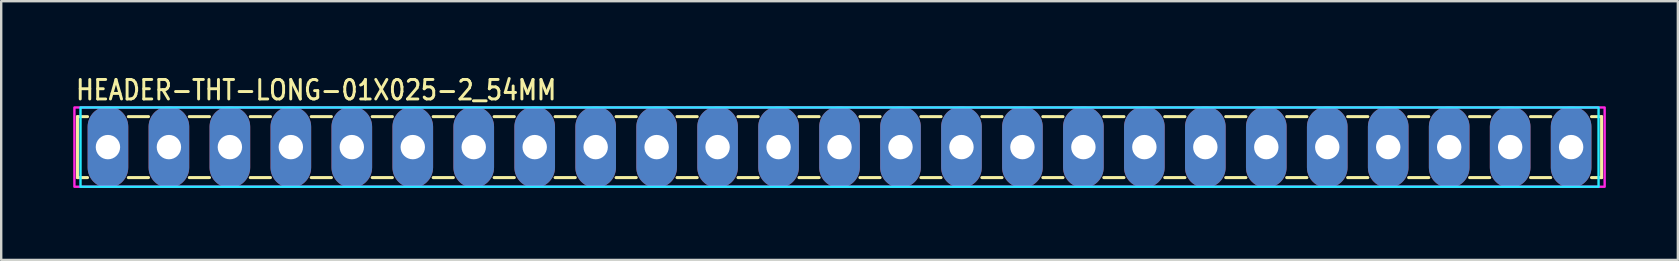
<source format=kicad_pcb>
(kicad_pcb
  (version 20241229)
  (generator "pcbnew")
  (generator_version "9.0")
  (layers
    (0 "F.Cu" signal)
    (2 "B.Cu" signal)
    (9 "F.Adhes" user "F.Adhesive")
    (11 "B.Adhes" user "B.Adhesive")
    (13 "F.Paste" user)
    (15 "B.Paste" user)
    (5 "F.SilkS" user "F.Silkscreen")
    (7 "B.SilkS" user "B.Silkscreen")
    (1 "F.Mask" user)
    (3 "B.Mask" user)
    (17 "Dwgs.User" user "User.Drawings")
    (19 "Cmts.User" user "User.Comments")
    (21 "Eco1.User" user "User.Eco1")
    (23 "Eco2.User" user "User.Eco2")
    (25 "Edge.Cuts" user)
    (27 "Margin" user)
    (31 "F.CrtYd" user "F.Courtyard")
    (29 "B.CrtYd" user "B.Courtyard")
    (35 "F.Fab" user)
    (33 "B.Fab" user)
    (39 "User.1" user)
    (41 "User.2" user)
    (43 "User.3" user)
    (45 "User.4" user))
  (footprint "HEADER-THT-LONG-01X025-2_54MM"
    (layer "F.Cu")
    (at 1.447 3.079)
    (property "Reference" "HEADER-THT-LONG-01X025-2_54MM" (at -1.4 -1.9 0) (unlocked yes) (layer "F.SilkS") (effects (font (size 0.813 0.695) (thickness 0.122)) (justify left bottom)))
    (fp_line (start -1.27 -1.27) (end -1.27 1.27) (stroke (width 0.127) (type solid)) (layer "F.SilkS"))
    (fp_line (start -1.27 1.27) (end -0.85 1.27) (stroke (width 0.127) (type solid)) (layer "F.SilkS"))
    (fp_line (start -0.85 -1.27) (end -1.27 -1.27) (stroke (width 0.127) (type solid)) (layer "F.SilkS"))
    (fp_line (start 0.85 -1.27) (end 1.69 -1.27) (stroke (width 0.127) (type solid)) (layer "F.SilkS"))
    (fp_line (start 0.85 1.27) (end 1.69 1.27) (stroke (width 0.127) (type solid)) (layer "F.SilkS"))
    (fp_line (start 3.39 -1.27) (end 4.23 -1.27) (stroke (width 0.127) (type solid)) (layer "F.SilkS"))
    (fp_line (start 3.39 1.27) (end 4.23 1.27) (stroke (width 0.127) (type solid)) (layer "F.SilkS"))
    (fp_line (start 5.93 -1.27) (end 6.77 -1.27) (stroke (width 0.127) (type solid)) (layer "F.SilkS"))
    (fp_line (start 5.93 1.27) (end 6.77 1.27) (stroke (width 0.127) (type solid)) (layer "F.SilkS"))
    (fp_line (start 8.47 -1.27) (end 9.31 -1.27) (stroke (width 0.127) (type solid)) (layer "F.SilkS"))
    (fp_line (start 8.47 1.27) (end 9.31 1.27) (stroke (width 0.127) (type solid)) (layer "F.SilkS"))
    (fp_line (start 11.01 -1.27) (end 11.85 -1.27) (stroke (width 0.127) (type solid)) (layer "F.SilkS"))
    (fp_line (start 11.01 1.27) (end 11.85 1.27) (stroke (width 0.127) (type solid)) (layer "F.SilkS"))
    (fp_line (start 13.55 -1.27) (end 14.39 -1.27) (stroke (width 0.127) (type solid)) (layer "F.SilkS"))
    (fp_line (start 13.55 1.27) (end 14.39 1.27) (stroke (width 0.127) (type solid)) (layer "F.SilkS"))
    (fp_line (start 16.09 -1.27) (end 16.93 -1.27) (stroke (width 0.127) (type solid)) (layer "F.SilkS"))
    (fp_line (start 16.09 1.27) (end 16.93 1.27) (stroke (width 0.127) (type solid)) (layer "F.SilkS"))
    (fp_line (start 18.63 -1.27) (end 19.47 -1.27) (stroke (width 0.127) (type solid)) (layer "F.SilkS"))
    (fp_line (start 18.63 1.27) (end 19.47 1.27) (stroke (width 0.127) (type solid)) (layer "F.SilkS"))
    (fp_line (start 21.17 -1.27) (end 22.01 -1.27) (stroke (width 0.127) (type solid)) (layer "F.SilkS"))
    (fp_line (start 21.17 1.27) (end 22.01 1.27) (stroke (width 0.127) (type solid)) (layer "F.SilkS"))
    (fp_line (start 23.71 -1.27) (end 24.55 -1.27) (stroke (width 0.127) (type solid)) (layer "F.SilkS"))
    (fp_line (start 23.71 1.27) (end 24.55 1.27) (stroke (width 0.127) (type solid)) (layer "F.SilkS"))
    (fp_line (start 26.25 -1.27) (end 27.09 -1.27) (stroke (width 0.127) (type solid)) (layer "F.SilkS"))
    (fp_line (start 26.25 1.27) (end 27.09 1.27) (stroke (width 0.127) (type solid)) (layer "F.SilkS"))
    (fp_line (start 28.79 -1.27) (end 29.63 -1.27) (stroke (width 0.127) (type solid)) (layer "F.SilkS"))
    (fp_line (start 28.79 1.27) (end 29.63 1.27) (stroke (width 0.127) (type solid)) (layer "F.SilkS"))
    (fp_line (start 31.33 -1.27) (end 32.17 -1.27) (stroke (width 0.127) (type solid)) (layer "F.SilkS"))
    (fp_line (start 31.33 1.27) (end 32.17 1.27) (stroke (width 0.127) (type solid)) (layer "F.SilkS"))
    (fp_line (start 33.87 -1.27) (end 34.71 -1.27) (stroke (width 0.127) (type solid)) (layer "F.SilkS"))
    (fp_line (start 33.87 1.27) (end 34.71 1.27) (stroke (width 0.127) (type solid)) (layer "F.SilkS"))
    (fp_line (start 36.41 -1.27) (end 37.25 -1.27) (stroke (width 0.127) (type solid)) (layer "F.SilkS"))
    (fp_line (start 36.41 1.27) (end 37.25 1.27) (stroke (width 0.127) (type solid)) (layer "F.SilkS"))
    (fp_line (start 38.95 -1.27) (end 39.79 -1.27) (stroke (width 0.127) (type solid)) (layer "F.SilkS"))
    (fp_line (start 38.95 1.27) (end 39.79 1.27) (stroke (width 0.127) (type solid)) (layer "F.SilkS"))
    (fp_line (start 41.49 -1.27) (end 42.33 -1.27) (stroke (width 0.127) (type solid)) (layer "F.SilkS"))
    (fp_line (start 41.49 1.27) (end 42.33 1.27) (stroke (width 0.127) (type solid)) (layer "F.SilkS"))
    (fp_line (start 44.03 -1.27) (end 44.87 -1.27) (stroke (width 0.127) (type solid)) (layer "F.SilkS"))
    (fp_line (start 44.03 1.27) (end 44.87 1.27) (stroke (width 0.127) (type solid)) (layer "F.SilkS"))
    (fp_line (start 46.57 -1.27) (end 47.41 -1.27) (stroke (width 0.127) (type solid)) (layer "F.SilkS"))
    (fp_line (start 46.57 1.27) (end 47.41 1.27) (stroke (width 0.127) (type solid)) (layer "F.SilkS"))
    (fp_line (start 49.11 -1.27) (end 49.95 -1.27) (stroke (width 0.127) (type solid)) (layer "F.SilkS"))
    (fp_line (start 49.11 1.27) (end 49.95 1.27) (stroke (width 0.127) (type solid)) (layer "F.SilkS"))
    (fp_line (start 51.65 -1.27) (end 52.49 -1.27) (stroke (width 0.127) (type solid)) (layer "F.SilkS"))
    (fp_line (start 51.65 1.27) (end 52.49 1.27) (stroke (width 0.127) (type solid)) (layer "F.SilkS"))
    (fp_line (start 54.19 -1.27) (end 55.03 -1.27) (stroke (width 0.127) (type solid)) (layer "F.SilkS"))
    (fp_line (start 54.19 1.27) (end 55.03 1.27) (stroke (width 0.127) (type solid)) (layer "F.SilkS"))
    (fp_line (start 56.73 -1.27) (end 57.57 -1.27) (stroke (width 0.127) (type solid)) (layer "F.SilkS"))
    (fp_line (start 56.73 1.27) (end 57.57 1.27) (stroke (width 0.127) (type solid)) (layer "F.SilkS"))
    (fp_line (start 59.27 -1.27) (end 60.11 -1.27) (stroke (width 0.127) (type solid)) (layer "F.SilkS"))
    (fp_line (start 59.27 1.27) (end 60.11 1.27) (stroke (width 0.127) (type solid)) (layer "F.SilkS"))
    (fp_line (start 61.81 -1.27) (end 62.23 -1.27) (stroke (width 0.127) (type solid)) (layer "F.SilkS"))
    (fp_line (start 62.23 -1.27) (end 62.23 1.27) (stroke (width 0.127) (type solid)) (layer "F.SilkS"))
    (fp_line (start 62.23 1.27) (end 61.81 1.27) (stroke (width 0.127) (type solid)) (layer "F.SilkS"))
    (fp_poly (pts (xy -1.143 -1.651) (xy 62.103 -1.651) (xy 62.103 1.651) (xy -1.143 1.651)) (stroke (width 0.1) (type solid)) (fill no) (layer "B.CrtYd"))
    (fp_poly (pts (xy -1.397 -1.651) (xy 62.357 -1.651) (xy 62.357 1.651) (xy -1.397 1.651)) (stroke (width 0.1) (type solid)) (fill no) (layer "F.CrtYd"))
    (pad "P$1" thru_hole oval (at 0 0 90) (size 3.387 1.693) (drill 1.016) (layers "*.Cu" "*.Mask"))
    (pad "P$2" thru_hole oval (at 2.54 0 90) (size 3.387 1.693) (drill 1.016) (layers "*.Cu" "*.Mask"))
    (pad "P$3" thru_hole oval (at 5.08 0 90) (size 3.387 1.693) (drill 1.016) (layers "*.Cu" "*.Mask"))
    (pad "P$4" thru_hole oval (at 7.62 0 90) (size 3.387 1.693) (drill 1.016) (layers "*.Cu" "*.Mask"))
    (pad "P$5" thru_hole oval (at 10.16 0 90) (size 3.387 1.693) (drill 1.016) (layers "*.Cu" "*.Mask"))
    (pad "P$6" thru_hole oval (at 12.7 0 90) (size 3.387 1.693) (drill 1.016) (layers "*.Cu" "*.Mask"))
    (pad "P$7" thru_hole oval (at 15.24 0 90) (size 3.387 1.693) (drill 1.016) (layers "*.Cu" "*.Mask"))
    (pad "P$8" thru_hole oval (at 17.78 0 90) (size 3.387 1.693) (drill 1.016) (layers "*.Cu" "*.Mask"))
    (pad "P$9" thru_hole oval (at 20.32 0 90) (size 3.387 1.693) (drill 1.016) (layers "*.Cu" "*.Mask"))
    (pad "P$10" thru_hole oval (at 22.86 0 90) (size 3.387 1.693) (drill 1.016) (layers "*.Cu" "*.Mask"))
    (pad "P$11" thru_hole oval (at 25.4 0 90) (size 3.387 1.693) (drill 1.016) (layers "*.Cu" "*.Mask"))
    (pad "P$12" thru_hole oval (at 27.94 0 90) (size 3.387 1.693) (drill 1.016) (layers "*.Cu" "*.Mask"))
    (pad "P$13" thru_hole oval (at 30.48 0 90) (size 3.387 1.693) (drill 1.016) (layers "*.Cu" "*.Mask"))
    (pad "P$14" thru_hole oval (at 33.02 0 90) (size 3.387 1.693) (drill 1.016) (layers "*.Cu" "*.Mask"))
    (pad "P$15" thru_hole oval (at 35.56 0 90) (size 3.387 1.693) (drill 1.016) (layers "*.Cu" "*.Mask"))
    (pad "P$16" thru_hole oval (at 38.1 0 90) (size 3.387 1.693) (drill 1.016) (layers "*.Cu" "*.Mask"))
    (pad "P$17" thru_hole oval (at 40.64 0 90) (size 3.387 1.693) (drill 1.016) (layers "*.Cu" "*.Mask"))
    (pad "P$18" thru_hole oval (at 43.18 0 90) (size 3.387 1.693) (drill 1.016) (layers "*.Cu" "*.Mask"))
    (pad "P$19" thru_hole oval (at 45.72 0 90) (size 3.387 1.693) (drill 1.016) (layers "*.Cu" "*.Mask"))
    (pad "P$20" thru_hole oval (at 48.26 0 90) (size 3.387 1.693) (drill 1.016) (layers "*.Cu" "*.Mask"))
    (pad "P$21" thru_hole oval (at 50.8 0 90) (size 3.387 1.693) (drill 1.016) (layers "*.Cu" "*.Mask"))
    (pad "P$22" thru_hole oval (at 53.34 0 90) (size 3.387 1.693) (drill 1.016) (layers "*.Cu" "*.Mask"))
    (pad "P$23" thru_hole oval (at 55.88 0 90) (size 3.387 1.693) (drill 1.016) (layers "*.Cu" "*.Mask"))
    (pad "P$24" thru_hole oval (at 58.42 0 90) (size 3.387 1.693) (drill 1.016) (layers "*.Cu" "*.Mask"))
    (pad "P$25" thru_hole oval (at 60.96 0 90) (size 3.387 1.693) (drill 1.016) (layers "*.Cu" "*.Mask")))
  (gr_rect
    (start -3 -3)
    (end 66.854 7.78)
    (stroke (width 0.1) (type default))
    (fill no)
    (layer "Edge.Cuts")))
</source>
